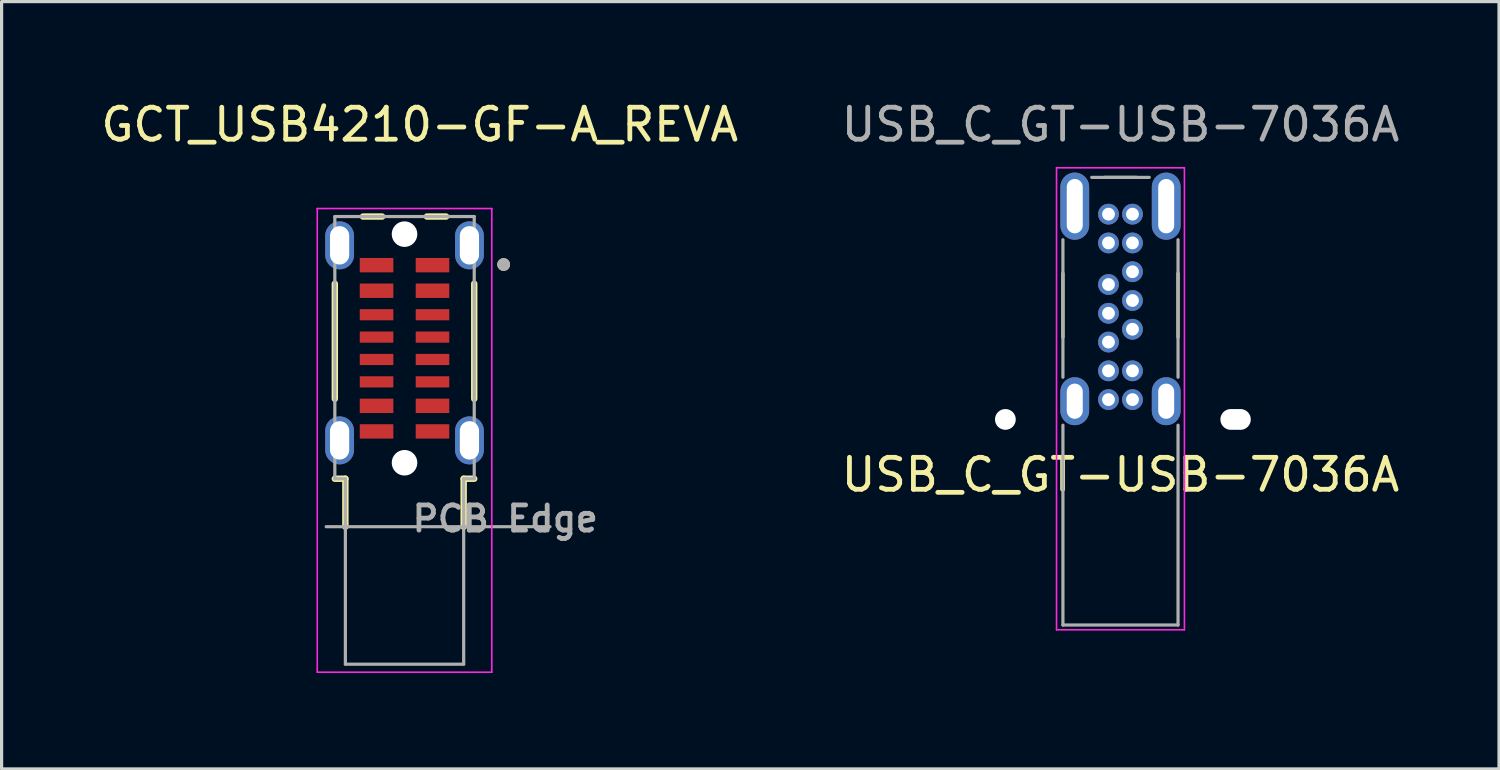
<source format=kicad_pcb>
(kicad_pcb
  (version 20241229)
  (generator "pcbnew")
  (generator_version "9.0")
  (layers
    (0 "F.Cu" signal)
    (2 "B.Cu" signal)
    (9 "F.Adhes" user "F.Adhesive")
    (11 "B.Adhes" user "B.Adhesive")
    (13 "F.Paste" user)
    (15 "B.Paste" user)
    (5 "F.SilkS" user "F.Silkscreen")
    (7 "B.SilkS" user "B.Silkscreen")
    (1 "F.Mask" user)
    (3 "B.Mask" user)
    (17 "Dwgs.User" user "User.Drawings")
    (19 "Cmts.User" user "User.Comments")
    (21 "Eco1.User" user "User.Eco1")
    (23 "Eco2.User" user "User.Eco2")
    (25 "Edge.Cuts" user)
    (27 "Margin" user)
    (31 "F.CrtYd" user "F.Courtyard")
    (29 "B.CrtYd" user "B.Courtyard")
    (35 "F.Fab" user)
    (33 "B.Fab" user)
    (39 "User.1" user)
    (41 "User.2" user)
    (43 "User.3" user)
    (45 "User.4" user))
  (footprint "USB_C_GT-USB-7036A"
    (layer "F.Cu")
    (at 31.994 9.498)
    (property "Reference" "USB_C_GT-USB-7036A" (at 0 2.3 0) (layer "F.SilkS") (effects (font (size 1 1) (thickness 0.15))))
    (attr smd)
    (fp_line (start -1.8 -4) (end -1.8 -2) (stroke (width 0.1) (type solid)) (layer "F.SilkS"))
    (fp_line (start -0.5 -7) (end 0.5 -7) (stroke (width 0.1) (type solid)) (layer "F.SilkS"))
    (fp_line (start 1.8 -4) (end 1.8 -2) (stroke (width 0.1) (type solid)) (layer "F.SilkS"))
    (fp_line (start -2 -7.3) (end -2 7.15) (stroke (width 0.05) (type solid)) (layer "F.CrtYd"))
    (fp_line (start 2 -7.3) (end -2 -7.3) (stroke (width 0.05) (type solid)) (layer "F.CrtYd"))
    (fp_line (start 2 -7.3) (end 2 7.15) (stroke (width 0.05) (type solid)) (layer "F.CrtYd"))
    (fp_line (start 2 7.15) (end -2 7.15) (stroke (width 0.05) (type solid)) (layer "F.CrtYd"))
    (fp_line (start -1.8 -5.05) (end -1.8 -0.75) (stroke (width 0.1) (type solid)) (layer "F.Fab"))
    (fp_line (start -1.8 0.75) (end -1.8 7) (stroke (width 0.1) (type solid)) (layer "F.Fab"))
    (fp_line (start -0.9 -7) (end 0.9 -7) (stroke (width 0.1) (type solid)) (layer "F.Fab"))
    (fp_line (start 1.8 -5.05) (end 1.8 -0.75) (stroke (width 0.1) (type solid)) (layer "F.Fab"))
    (fp_line (start 1.8 0.75) (end 1.8 7) (stroke (width 0.1) (type solid)) (layer "F.Fab"))
    (fp_line (start 1.8 7) (end -1.8 7) (stroke (width 0.1) (type solid)) (layer "F.Fab"))
    (fp_text user "${REFERENCE}" (at 0 -8.65 0) (layer "F.Fab") (effects (font (size 1 1) (thickness 0.15))))
    (pad "" np_thru_hole circle (at -3.6 0.57) (size 0.65 0.65) (drill 0.65) (layers "*.Cu" "*.Mask"))
    (pad "" np_thru_hole oval (at 3.6 0.57) (size 0.95 0.65) (drill oval 0.95 0.65) (layers "*.Cu" "*.Mask"))
    (pad "A1" thru_hole circle (at 0.375 -5.85) (size 0.65 0.65) (drill 0.4) (layers "*.Cu" "*.Mask"))
    (pad "A4" thru_hole circle (at 0.375 -4.95) (size 0.65 0.65) (drill 0.4) (layers "*.Cu" "*.Mask"))
    (pad "A5" thru_hole circle (at 0.375 -4.05) (size 0.65 0.65) (drill 0.4) (layers "*.Cu" "*.Mask"))
    (pad "A6" thru_hole circle (at 0.375 -3.15) (size 0.65 0.65) (drill 0.4) (layers "*.Cu" "*.Mask"))
    (pad "A7" thru_hole circle (at 0.375 -2.25) (size 0.65 0.65) (drill 0.4) (layers "*.Cu" "*.Mask"))
    (pad "A9" thru_hole circle (at 0.375 -0.95) (size 0.65 0.65) (drill 0.4) (layers "*.Cu" "*.Mask"))
    (pad "A12" thru_hole circle (at 0.375 -0.05) (size 0.65 0.65) (drill 0.4) (layers "*.Cu" "*.Mask"))
    (pad "B1" thru_hole circle (at -0.375 -0.05) (size 0.65 0.65) (drill 0.4) (layers "*.Cu" "*.Mask"))
    (pad "B4" thru_hole circle (at -0.375 -0.95) (size 0.65 0.65) (drill 0.4) (layers "*.Cu" "*.Mask"))
    (pad "B5" thru_hole circle (at -0.375 -1.85) (size 0.65 0.65) (drill 0.4) (layers "*.Cu" "*.Mask"))
    (pad "B6" thru_hole circle (at -0.375 -2.75) (size 0.65 0.65) (drill 0.4) (layers "*.Cu" "*.Mask"))
    (pad "B7" thru_hole circle (at -0.375 -3.65) (size 0.65 0.65) (drill 0.4) (layers "*.Cu" "*.Mask"))
    (pad "B9" thru_hole circle (at -0.375 -4.95) (size 0.65 0.65) (drill 0.4) (layers "*.Cu" "*.Mask"))
    (pad "B12" thru_hole circle (at -0.375 -5.85) (size 0.65 0.65) (drill 0.4) (layers "*.Cu" "*.Mask"))
    (pad "SH" thru_hole oval (at -1.43 -6.1) (size 0.9 2.1) (drill oval 0.5 1.7) (layers "*.Cu" "*.Mask"))
    (pad "SH" thru_hole oval (at -1.43 0) (size 0.9 1.5) (drill oval 0.5 1.1) (layers "*.Cu" "*.Mask"))
    (pad "SH" thru_hole oval (at 1.43 -6.1) (size 0.9 2.1) (drill oval 0.5 1.7) (layers "*.Cu" "*.Mask"))
    (pad "SH" thru_hole oval (at 1.43 0) (size 0.9 1.5) (drill oval 0.5 1.1) (layers "*.Cu" "*.Mask")))
  (footprint "GCT_USB4210-GF-A_REVA"
    (layer "F.Cu")
    (at 9.602 13.423)
    (property "Reference" "GCT_USB4210-GF-A_REVA" (at 0.475 -12.575 0) (layer "F.SilkS") (effects (font (size 1 1) (thickness 0.15))))
    (attr smd)
    (fp_line (start -2.18 -7.6) (end -2.18 -4) (stroke (width 0.2) (type solid)) (layer "F.SilkS"))
    (fp_line (start -2.18 -1.5) (end -1.85 -1.5) (stroke (width 0.2) (type solid)) (layer "F.SilkS"))
    (fp_line (start -1.85 -1.5) (end -1.85 0) (stroke (width 0.2) (type solid)) (layer "F.SilkS"))
    (fp_line (start -1.3 -9.7) (end -0.7 -9.7) (stroke (width 0.2) (type solid)) (layer "F.SilkS"))
    (fp_line (start 1.3 -9.7) (end 0.7 -9.7) (stroke (width 0.2) (type solid)) (layer "F.SilkS"))
    (fp_line (start 1.85 -1.5) (end 1.85 0) (stroke (width 0.2) (type solid)) (layer "F.SilkS"))
    (fp_line (start 2.18 -7.6) (end 2.18 -4) (stroke (width 0.2) (type solid)) (layer "F.SilkS"))
    (fp_line (start 2.18 -1.5) (end 1.85 -1.5) (stroke (width 0.2) (type solid)) (layer "F.SilkS"))
    (fp_circle (center 3.1 -8.2) (end 3.2 -8.2) (stroke (width 0.2) (type solid)) (fill no) (layer "F.SilkS"))
    (fp_line (start -2.73 -9.95) (end -2.73 4.55) (stroke (width 0.05) (type solid)) (layer "F.CrtYd"))
    (fp_line (start -2.73 4.55) (end 2.73 4.55) (stroke (width 0.05) (type solid)) (layer "F.CrtYd"))
    (fp_line (start 2.73 -9.95) (end -2.73 -9.95) (stroke (width 0.05) (type solid)) (layer "F.CrtYd"))
    (fp_line (start 2.73 4.55) (end 2.73 -9.95) (stroke (width 0.05) (type solid)) (layer "F.CrtYd"))
    (fp_line (start -2.45 0) (end 4.55 0) (stroke (width 0.1) (type solid)) (layer "F.Fab"))
    (fp_line (start -2.18 -9.7) (end -2.18 -1.5) (stroke (width 0.1) (type solid)) (layer "F.Fab"))
    (fp_line (start -2.18 -1.5) (end -1.85 -1.5) (stroke (width 0.1) (type solid)) (layer "F.Fab"))
    (fp_line (start -1.85 -1.5) (end -1.85 4.3) (stroke (width 0.1) (type solid)) (layer "F.Fab"))
    (fp_line (start -1.85 4.3) (end 1.85 4.3) (stroke (width 0.1) (type solid)) (layer "F.Fab"))
    (fp_line (start 1.85 -1.5) (end 2.18 -1.5) (stroke (width 0.1) (type solid)) (layer "F.Fab"))
    (fp_line (start 1.85 4.3) (end 1.85 -1.5) (stroke (width 0.1) (type solid)) (layer "F.Fab"))
    (fp_line (start 2.18 -9.7) (end -2.18 -9.7) (stroke (width 0.1) (type solid)) (layer "F.Fab"))
    (fp_line (start 2.18 -1.5) (end 2.18 -9.7) (stroke (width 0.1) (type solid)) (layer "F.Fab"))
    (fp_circle (center 3.1 -8.2) (end 3.2 -8.2) (stroke (width 0.2) (type solid)) (fill no) (layer "F.Fab"))
    (fp_text user "PCB Edge" (at 3.15 -0.25 0) (layer "F.Fab") (effects (font (size 0.787 0.787) (thickness 0.15))))
    (pad "" np_thru_hole circle (at 0 -9.15) (size 0.8 0.8) (drill 0.8) (layers "*.Cu" "*.Mask"))
    (pad "" np_thru_hole circle (at 0 -2) (size 0.8 0.8) (drill 0.8) (layers "*.Cu" "*.Mask"))
    (pad "A1" smd rect (at 0.875 -8.18) (size 1.05 0.45) (layers "F.Cu" "F.Mask" "F.Paste"))
    (pad "A4" smd rect (at 0.875 -7.38) (size 1.05 0.45) (layers "F.Cu" "F.Mask" "F.Paste"))
    (pad "A5" smd rect (at 0.875 -6.63) (size 1.05 0.35) (layers "F.Cu" "F.Mask" "F.Paste"))
    (pad "A6" smd rect (at 0.875 -5.93) (size 1.05 0.35) (layers "F.Cu" "F.Mask" "F.Paste"))
    (pad "A7" smd rect (at 0.875 -5.23) (size 1.05 0.35) (layers "F.Cu" "F.Mask" "F.Paste"))
    (pad "A8" smd rect (at 0.875 -4.53) (size 1.05 0.35) (layers "F.Cu" "F.Mask" "F.Paste"))
    (pad "A9" smd rect (at 0.875 -3.78) (size 1.05 0.45) (layers "F.Cu" "F.Mask" "F.Paste"))
    (pad "A12" smd rect (at 0.875 -2.98) (size 1.05 0.45) (layers "F.Cu" "F.Mask" "F.Paste"))
    (pad "B1" smd rect (at -0.875 -2.98) (size 1.05 0.45) (layers "F.Cu" "F.Mask" "F.Paste"))
    (pad "B4" smd rect (at -0.875 -3.78) (size 1.05 0.45) (layers "F.Cu" "F.Mask" "F.Paste"))
    (pad "B5" smd rect (at -0.875 -4.53) (size 1.05 0.35) (layers "F.Cu" "F.Mask" "F.Paste"))
    (pad "B6" smd rect (at -0.875 -5.23) (size 1.05 0.35) (layers "F.Cu" "F.Mask" "F.Paste"))
    (pad "B7" smd rect (at -0.875 -5.93) (size 1.05 0.35) (layers "F.Cu" "F.Mask" "F.Paste"))
    (pad "B8" smd rect (at -0.875 -6.63) (size 1.05 0.35) (layers "F.Cu" "F.Mask" "F.Paste"))
    (pad "B9" smd rect (at -0.875 -7.38) (size 1.05 0.45) (layers "F.Cu" "F.Mask" "F.Paste"))
    (pad "B12" smd rect (at -0.875 -8.18) (size 1.05 0.45) (layers "F.Cu" "F.Mask" "F.Paste"))
    (pad "SH1" thru_hole oval (at -2.03 -2.7) (size 0.9 1.5) (drill oval 0.6 1.2) (layers "*.Cu" "*.Mask"))
    (pad "SH2" thru_hole oval (at 2.03 -2.7) (size 0.9 1.5) (drill oval 0.6 1.2) (layers "*.Cu" "*.Mask"))
    (pad "SH3" thru_hole oval (at 2.03 -8.8) (size 0.9 1.5) (drill oval 0.6 1.2) (layers "*.Cu" "*.Mask"))
    (pad "SH4" thru_hole oval (at -2.03 -8.8) (size 0.9 1.5) (drill oval 0.6 1.2) (layers "*.Cu" "*.Mask")))
  (gr_rect
    (start -3 -3)
    (end 43.833 20.998)
    (stroke (width 0.1) (type default))
    (fill no)
    (layer "Edge.Cuts")))
</source>
